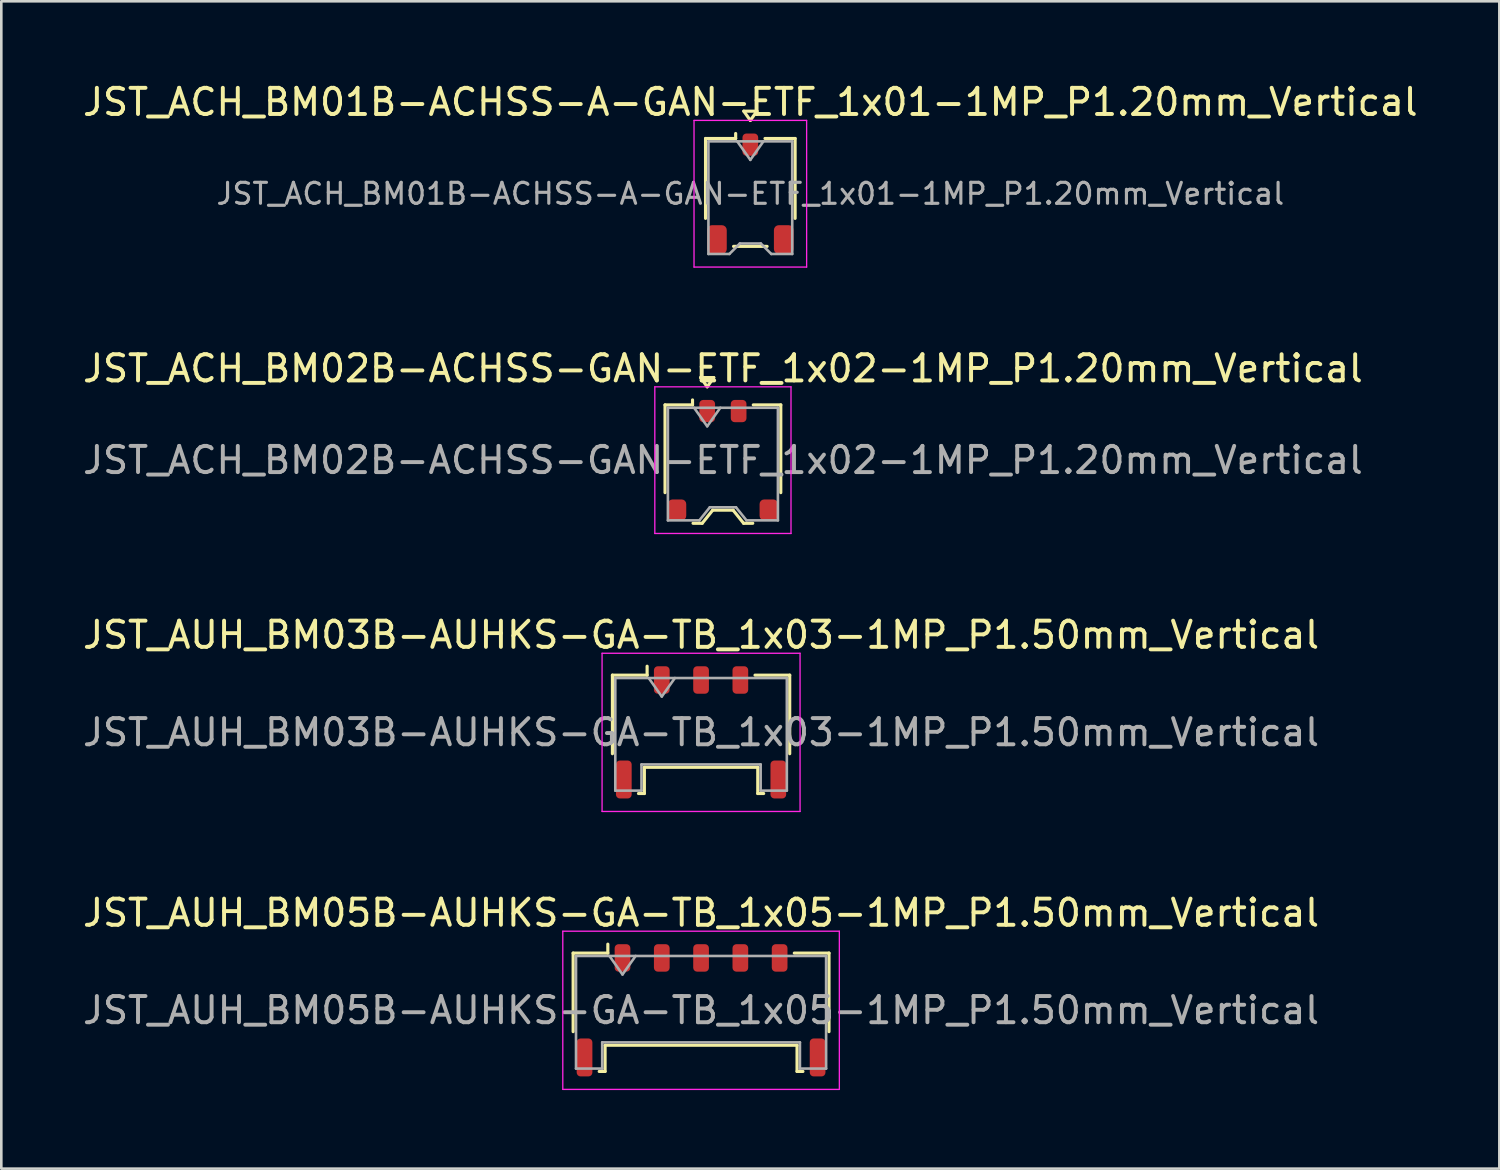
<source format=kicad_pcb>
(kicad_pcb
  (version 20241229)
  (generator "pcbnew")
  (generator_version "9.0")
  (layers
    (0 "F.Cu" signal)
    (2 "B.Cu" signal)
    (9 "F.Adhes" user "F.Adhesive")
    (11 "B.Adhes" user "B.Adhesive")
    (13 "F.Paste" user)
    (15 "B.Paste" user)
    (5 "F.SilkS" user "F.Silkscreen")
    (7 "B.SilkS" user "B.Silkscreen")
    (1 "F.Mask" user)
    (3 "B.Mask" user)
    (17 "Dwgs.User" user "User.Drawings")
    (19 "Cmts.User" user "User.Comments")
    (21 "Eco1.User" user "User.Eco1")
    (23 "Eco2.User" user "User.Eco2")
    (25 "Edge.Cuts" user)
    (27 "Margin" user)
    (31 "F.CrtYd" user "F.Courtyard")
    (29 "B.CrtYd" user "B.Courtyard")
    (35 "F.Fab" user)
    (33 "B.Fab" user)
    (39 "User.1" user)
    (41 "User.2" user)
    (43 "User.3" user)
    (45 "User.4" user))
  (footprint "JST_ACH_BM01B-ACHSS-A-GAN-ETF_1x01-1MP_P1.20mm_Vertical"
    (layer "F.Cu")
    (at 25.601 4.348)
    (property "Reference" "JST_ACH_BM01B-ACHSS-A-GAN-ETF_1x01-1MP_P1.20mm_Vertical" (at 0 -3.5 0) (layer "F.SilkS") (effects (font (size 1 1) (thickness 0.15))))
    (attr smd)
    (fp_line (start -1.71 -2.11) (end -0.56 -2.11) (stroke (width 0.12) (type solid)) (layer "F.SilkS"))
    (fp_line (start -1.71 0.94) (end -1.71 -2.11) (stroke (width 0.12) (type solid)) (layer "F.SilkS"))
    (fp_line (start -0.64 2.01) (end 0.64 2.01) (stroke (width 0.12) (type solid)) (layer "F.SilkS"))
    (fp_line (start -0.56 -2.11) (end -0.56 -2.3) (stroke (width 0.12) (type solid)) (layer "F.SilkS"))
    (fp_line (start -0.25 -3.154) (end 0 -2.8) (stroke (width 0.12) (type solid)) (layer "F.SilkS"))
    (fp_line (start 0 -2.8) (end 0.25 -3.154) (stroke (width 0.12) (type solid)) (layer "F.SilkS"))
    (fp_line (start 0.25 -3.154) (end -0.25 -3.154) (stroke (width 0.12) (type solid)) (layer "F.SilkS"))
    (fp_line (start 1.71 -2.11) (end 0.56 -2.11) (stroke (width 0.12) (type solid)) (layer "F.SilkS"))
    (fp_line (start 1.71 0.94) (end 1.71 -2.11) (stroke (width 0.12) (type solid)) (layer "F.SilkS"))
    (fp_line (start -2.15 -2.8) (end -2.15 2.8) (stroke (width 0.05) (type solid)) (layer "F.CrtYd"))
    (fp_line (start -2.15 2.8) (end 2.15 2.8) (stroke (width 0.05) (type solid)) (layer "F.CrtYd"))
    (fp_line (start 2.15 -2.8) (end -2.15 -2.8) (stroke (width 0.05) (type solid)) (layer "F.CrtYd"))
    (fp_line (start 2.15 2.8) (end 2.15 -2.8) (stroke (width 0.05) (type solid)) (layer "F.CrtYd"))
    (fp_line (start -1.6 -2) (end -1.6 2.3) (stroke (width 0.1) (type solid)) (layer "F.Fab"))
    (fp_line (start -1.6 -2) (end 1.6 -2) (stroke (width 0.1) (type solid)) (layer "F.Fab"))
    (fp_line (start -1.6 2.3) (end -0.8 2.3) (stroke (width 0.1) (type solid)) (layer "F.Fab"))
    (fp_line (start -0.8 2.3) (end -0.4 1.9) (stroke (width 0.1) (type solid)) (layer "F.Fab"))
    (fp_line (start -0.5 -2) (end 0 -1.293) (stroke (width 0.1) (type solid)) (layer "F.Fab"))
    (fp_line (start -0.4 1.9) (end 0.4 1.9) (stroke (width 0.1) (type solid)) (layer "F.Fab"))
    (fp_line (start 0 -1.293) (end 0.5 -2) (stroke (width 0.1) (type solid)) (layer "F.Fab"))
    (fp_line (start 0.4 1.9) (end 0.8 2.3) (stroke (width 0.1) (type solid)) (layer "F.Fab"))
    (fp_line (start 0.8 2.3) (end 1.6 2.3) (stroke (width 0.1) (type solid)) (layer "F.Fab"))
    (fp_line (start 1.6 -2) (end 1.6 2.3) (stroke (width 0.1) (type solid)) (layer "F.Fab"))
    (fp_text user "${REFERENCE}" (at 0 0 0) (layer "F.Fab") (effects (font (size 0.8 0.8) (thickness 0.12))))
    (pad "1" smd roundrect (at 0 -1.875) (size 0.6 0.85) (layers "F.Cu" "F.Mask" "F.Paste") (roundrect_rratio 0.25))
    (pad "MP" smd roundrect (at -1.275 1.75) (size 0.75 1.1) (layers "F.Cu" "F.Mask" "F.Paste") (roundrect_rratio 0.25))
    (pad "MP" smd roundrect (at 1.275 1.75) (size 0.75 1.1) (layers "F.Cu" "F.Mask" "F.Paste") (roundrect_rratio 0.25)))
  (footprint "JST_AUH_BM05B-AUHKS-GA-TB_1x05-1MP_P1.50mm_Vertical"
    (layer "F.Cu")
    (at 23.72 35.528)
    (property "Reference" "JST_AUH_BM05B-AUHKS-GA-TB_1x05-1MP_P1.50mm_Vertical" (at 0 -3.72 0) (layer "F.SilkS") (effects (font (size 1 1) (thickness 0.15))))
    (attr smd)
    (fp_line (start -4.885 -2.185) (end -3.56 -2.185) (stroke (width 0.12) (type solid)) (layer "F.SilkS"))
    (fp_line (start -4.885 0.815) (end -4.885 -2.185) (stroke (width 0.12) (type solid)) (layer "F.SilkS"))
    (fp_line (start -3.89 2.335) (end -3.665 2.335) (stroke (width 0.12) (type solid)) (layer "F.SilkS"))
    (fp_line (start -3.665 1.335) (end 3.665 1.335) (stroke (width 0.12) (type solid)) (layer "F.SilkS"))
    (fp_line (start -3.665 2.335) (end -3.665 1.335) (stroke (width 0.12) (type solid)) (layer "F.SilkS"))
    (fp_line (start -3.56 -2.185) (end -3.56 -2.525) (stroke (width 0.12) (type solid)) (layer "F.SilkS"))
    (fp_line (start 3.665 1.335) (end 3.665 2.335) (stroke (width 0.12) (type solid)) (layer "F.SilkS"))
    (fp_line (start 3.665 2.335) (end 3.89 2.335) (stroke (width 0.12) (type solid)) (layer "F.SilkS"))
    (fp_line (start 4.885 -2.185) (end 3.56 -2.185) (stroke (width 0.12) (type solid)) (layer "F.SilkS"))
    (fp_line (start 4.885 0.815) (end 4.885 -2.185) (stroke (width 0.12) (type solid)) (layer "F.SilkS"))
    (fp_line (start -5.28 -3.02) (end -5.28 3.02) (stroke (width 0.05) (type solid)) (layer "F.CrtYd"))
    (fp_line (start -5.28 3.02) (end 5.28 3.02) (stroke (width 0.05) (type solid)) (layer "F.CrtYd"))
    (fp_line (start 5.28 -3.02) (end -5.28 -3.02) (stroke (width 0.05) (type solid)) (layer "F.CrtYd"))
    (fp_line (start 5.28 3.02) (end 5.28 -3.02) (stroke (width 0.05) (type solid)) (layer "F.CrtYd"))
    (fp_line (start -4.775 -2.075) (end -4.775 2.225) (stroke (width 0.1) (type solid)) (layer "F.Fab"))
    (fp_line (start -4.775 -2.075) (end 4.775 -2.075) (stroke (width 0.1) (type solid)) (layer "F.Fab"))
    (fp_line (start -4.775 2.225) (end -3.775 2.225) (stroke (width 0.1) (type solid)) (layer "F.Fab"))
    (fp_line (start -3.775 1.225) (end 3.775 1.225) (stroke (width 0.1) (type solid)) (layer "F.Fab"))
    (fp_line (start -3.775 2.225) (end -3.775 1.225) (stroke (width 0.1) (type solid)) (layer "F.Fab"))
    (fp_line (start -3.5 -2.075) (end -3 -1.368) (stroke (width 0.1) (type solid)) (layer "F.Fab"))
    (fp_line (start -3 -1.368) (end -2.5 -2.075) (stroke (width 0.1) (type solid)) (layer "F.Fab"))
    (fp_line (start 3.775 1.225) (end 3.775 2.225) (stroke (width 0.1) (type solid)) (layer "F.Fab"))
    (fp_line (start 3.775 2.225) (end 4.775 2.225) (stroke (width 0.1) (type solid)) (layer "F.Fab"))
    (fp_line (start 4.775 -2.075) (end 4.775 2.225) (stroke (width 0.1) (type solid)) (layer "F.Fab"))
    (fp_text user "${REFERENCE}" (at 0 0 0) (layer "F.Fab") (effects (font (size 1 1) (thickness 0.15))))
    (pad "1" smd roundrect (at -3 -2) (size 0.6 1.05) (layers "F.Cu" "F.Mask" "F.Paste") (roundrect_rratio 0.25))
    (pad "2" smd roundrect (at -1.5 -2) (size 0.6 1.05) (layers "F.Cu" "F.Mask" "F.Paste") (roundrect_rratio 0.25))
    (pad "3" smd roundrect (at 0 -2) (size 0.6 1.05) (layers "F.Cu" "F.Mask" "F.Paste") (roundrect_rratio 0.25))
    (pad "4" smd roundrect (at 1.5 -2) (size 0.6 1.05) (layers "F.Cu" "F.Mask" "F.Paste") (roundrect_rratio 0.25))
    (pad "5" smd roundrect (at 3 -2) (size 0.6 1.05) (layers "F.Cu" "F.Mask" "F.Paste") (roundrect_rratio 0.25))
    (pad "MP" smd roundrect (at -4.45 1.8) (size 0.6 1.45) (layers "F.Cu" "F.Mask" "F.Paste") (roundrect_rratio 0.25))
    (pad "MP" smd roundrect (at 4.45 1.8) (size 0.6 1.45) (layers "F.Cu" "F.Mask" "F.Paste") (roundrect_rratio 0.25)))
  (footprint "JST_AUH_BM03B-AUHKS-GA-TB_1x03-1MP_P1.50mm_Vertical"
    (layer "F.Cu")
    (at 23.72 24.915)
    (property "Reference" "JST_AUH_BM03B-AUHKS-GA-TB_1x03-1MP_P1.50mm_Vertical" (at 0 -3.72 0) (layer "F.SilkS") (effects (font (size 1 1) (thickness 0.15))))
    (attr smd)
    (fp_line (start -3.385 -2.185) (end -2.06 -2.185) (stroke (width 0.12) (type solid)) (layer "F.SilkS"))
    (fp_line (start -3.385 0.815) (end -3.385 -2.185) (stroke (width 0.12) (type solid)) (layer "F.SilkS"))
    (fp_line (start -2.39 2.335) (end -2.165 2.335) (stroke (width 0.12) (type solid)) (layer "F.SilkS"))
    (fp_line (start -2.165 1.335) (end 2.165 1.335) (stroke (width 0.12) (type solid)) (layer "F.SilkS"))
    (fp_line (start -2.165 2.335) (end -2.165 1.335) (stroke (width 0.12) (type solid)) (layer "F.SilkS"))
    (fp_line (start -2.06 -2.185) (end -2.06 -2.525) (stroke (width 0.12) (type solid)) (layer "F.SilkS"))
    (fp_line (start 2.165 1.335) (end 2.165 2.335) (stroke (width 0.12) (type solid)) (layer "F.SilkS"))
    (fp_line (start 2.165 2.335) (end 2.39 2.335) (stroke (width 0.12) (type solid)) (layer "F.SilkS"))
    (fp_line (start 3.385 -2.185) (end 2.06 -2.185) (stroke (width 0.12) (type solid)) (layer "F.SilkS"))
    (fp_line (start 3.385 0.815) (end 3.385 -2.185) (stroke (width 0.12) (type solid)) (layer "F.SilkS"))
    (fp_line (start -3.78 -3.02) (end -3.78 3.02) (stroke (width 0.05) (type solid)) (layer "F.CrtYd"))
    (fp_line (start -3.78 3.02) (end 3.78 3.02) (stroke (width 0.05) (type solid)) (layer "F.CrtYd"))
    (fp_line (start 3.78 -3.02) (end -3.78 -3.02) (stroke (width 0.05) (type solid)) (layer "F.CrtYd"))
    (fp_line (start 3.78 3.02) (end 3.78 -3.02) (stroke (width 0.05) (type solid)) (layer "F.CrtYd"))
    (fp_line (start -3.275 -2.075) (end -3.275 2.225) (stroke (width 0.1) (type solid)) (layer "F.Fab"))
    (fp_line (start -3.275 -2.075) (end 3.275 -2.075) (stroke (width 0.1) (type solid)) (layer "F.Fab"))
    (fp_line (start -3.275 2.225) (end -2.275 2.225) (stroke (width 0.1) (type solid)) (layer "F.Fab"))
    (fp_line (start -2.275 1.225) (end 2.275 1.225) (stroke (width 0.1) (type solid)) (layer "F.Fab"))
    (fp_line (start -2.275 2.225) (end -2.275 1.225) (stroke (width 0.1) (type solid)) (layer "F.Fab"))
    (fp_line (start -2 -2.075) (end -1.5 -1.368) (stroke (width 0.1) (type solid)) (layer "F.Fab"))
    (fp_line (start -1.5 -1.368) (end -1 -2.075) (stroke (width 0.1) (type solid)) (layer "F.Fab"))
    (fp_line (start 2.275 1.225) (end 2.275 2.225) (stroke (width 0.1) (type solid)) (layer "F.Fab"))
    (fp_line (start 2.275 2.225) (end 3.275 2.225) (stroke (width 0.1) (type solid)) (layer "F.Fab"))
    (fp_line (start 3.275 -2.075) (end 3.275 2.225) (stroke (width 0.1) (type solid)) (layer "F.Fab"))
    (fp_text user "${REFERENCE}" (at 0 0 0) (layer "F.Fab") (effects (font (size 1 1) (thickness 0.15))))
    (pad "1" smd roundrect (at -1.5 -2) (size 0.6 1.05) (layers "F.Cu" "F.Mask" "F.Paste") (roundrect_rratio 0.25))
    (pad "2" smd roundrect (at 0 -2) (size 0.6 1.05) (layers "F.Cu" "F.Mask" "F.Paste") (roundrect_rratio 0.25))
    (pad "3" smd roundrect (at 1.5 -2) (size 0.6 1.05) (layers "F.Cu" "F.Mask" "F.Paste") (roundrect_rratio 0.25))
    (pad "MP" smd roundrect (at -2.95 1.8) (size 0.6 1.45) (layers "F.Cu" "F.Mask" "F.Paste") (roundrect_rratio 0.25))
    (pad "MP" smd roundrect (at 2.95 1.8) (size 0.6 1.45) (layers "F.Cu" "F.Mask" "F.Paste") (roundrect_rratio 0.25)))
  (footprint "JST_ACH_BM02B-ACHSS-GAN-ETF_1x02-1MP_P1.20mm_Vertical"
    (layer "F.Cu")
    (at 24.554 14.521)
    (property "Reference" "JST_ACH_BM02B-ACHSS-GAN-ETF_1x02-1MP_P1.20mm_Vertical" (at 0 -3.5 0) (layer "F.SilkS") (effects (font (size 1 1) (thickness 0.15))))
    (attr smd)
    (fp_line (start -2.21 -2.11) (end -1.16 -2.11) (stroke (width 0.12) (type solid)) (layer "F.SilkS"))
    (fp_line (start -2.21 1.24) (end -2.21 -2.11) (stroke (width 0.12) (type solid)) (layer "F.SilkS"))
    (fp_line (start -1.16 -2.11) (end -1.16 -2.3) (stroke (width 0.12) (type solid)) (layer "F.SilkS"))
    (fp_line (start -1.14 2.41) (end -0.79 2.41) (stroke (width 0.12) (type solid)) (layer "F.SilkS"))
    (fp_line (start -0.85 -3.154) (end -0.6 -2.8) (stroke (width 0.12) (type solid)) (layer "F.SilkS"))
    (fp_line (start -0.79 2.41) (end -0.39 1.91) (stroke (width 0.12) (type solid)) (layer "F.SilkS"))
    (fp_line (start -0.6 -2.8) (end -0.35 -3.154) (stroke (width 0.12) (type solid)) (layer "F.SilkS"))
    (fp_line (start -0.39 1.91) (end 0.39 1.91) (stroke (width 0.12) (type solid)) (layer "F.SilkS"))
    (fp_line (start -0.35 -3.154) (end -0.85 -3.154) (stroke (width 0.12) (type solid)) (layer "F.SilkS"))
    (fp_line (start 0.39 1.91) (end 0.79 2.41) (stroke (width 0.12) (type solid)) (layer "F.SilkS"))
    (fp_line (start 0.79 2.41) (end 1.14 2.41) (stroke (width 0.12) (type solid)) (layer "F.SilkS"))
    (fp_line (start 2.21 -2.11) (end 1.16 -2.11) (stroke (width 0.12) (type solid)) (layer "F.SilkS"))
    (fp_line (start 2.21 1.24) (end 2.21 -2.11) (stroke (width 0.12) (type solid)) (layer "F.SilkS"))
    (fp_line (start -2.6 -2.8) (end -2.6 2.8) (stroke (width 0.05) (type solid)) (layer "F.CrtYd"))
    (fp_line (start -2.6 2.8) (end 2.6 2.8) (stroke (width 0.05) (type solid)) (layer "F.CrtYd"))
    (fp_line (start 2.6 -2.8) (end -2.6 -2.8) (stroke (width 0.05) (type solid)) (layer "F.CrtYd"))
    (fp_line (start 2.6 2.8) (end 2.6 -2.8) (stroke (width 0.05) (type solid)) (layer "F.CrtYd"))
    (fp_line (start -2.1 -2) (end -2.1 2.3) (stroke (width 0.1) (type solid)) (layer "F.Fab"))
    (fp_line (start -2.1 -2) (end 2.1 -2) (stroke (width 0.1) (type solid)) (layer "F.Fab"))
    (fp_line (start -2.1 2.3) (end -0.9 2.3) (stroke (width 0.1) (type solid)) (layer "F.Fab"))
    (fp_line (start -1.1 -2) (end -0.6 -1.293) (stroke (width 0.1) (type solid)) (layer "F.Fab"))
    (fp_line (start -0.9 2.3) (end -0.5 1.8) (stroke (width 0.1) (type solid)) (layer "F.Fab"))
    (fp_line (start -0.6 -1.293) (end -0.1 -2) (stroke (width 0.1) (type solid)) (layer "F.Fab"))
    (fp_line (start -0.5 1.8) (end 0.5 1.8) (stroke (width 0.1) (type solid)) (layer "F.Fab"))
    (fp_line (start 0.5 1.8) (end 0.9 2.3) (stroke (width 0.1) (type solid)) (layer "F.Fab"))
    (fp_line (start 0.9 2.3) (end 2.1 2.3) (stroke (width 0.1) (type solid)) (layer "F.Fab"))
    (fp_line (start 2.1 -2) (end 2.1 2.3) (stroke (width 0.1) (type solid)) (layer "F.Fab"))
    (fp_text user "${REFERENCE}" (at 0 0 0) (layer "F.Fab") (effects (font (size 1 1) (thickness 0.15))))
    (pad "1" smd roundrect (at -0.6 -1.875) (size 0.6 0.85) (layers "F.Cu" "F.Mask" "F.Paste") (roundrect_rratio 0.25))
    (pad "2" smd roundrect (at 0.6 -1.875) (size 0.6 0.85) (layers "F.Cu" "F.Mask" "F.Paste") (roundrect_rratio 0.25))
    (pad "MP" smd roundrect (at -1.75 1.9) (size 0.7 0.8) (layers "F.Cu" "F.Mask" "F.Paste") (roundrect_rratio 0.25))
    (pad "MP" smd roundrect (at 1.75 1.9) (size 0.7 0.8) (layers "F.Cu" "F.Mask" "F.Paste") (roundrect_rratio 0.25)))
  (gr_rect
    (start -3 -3)
    (end 54.202 41.573)
    (stroke (width 0.1) (type default))
    (fill no)
    (layer "Edge.Cuts")))
</source>
